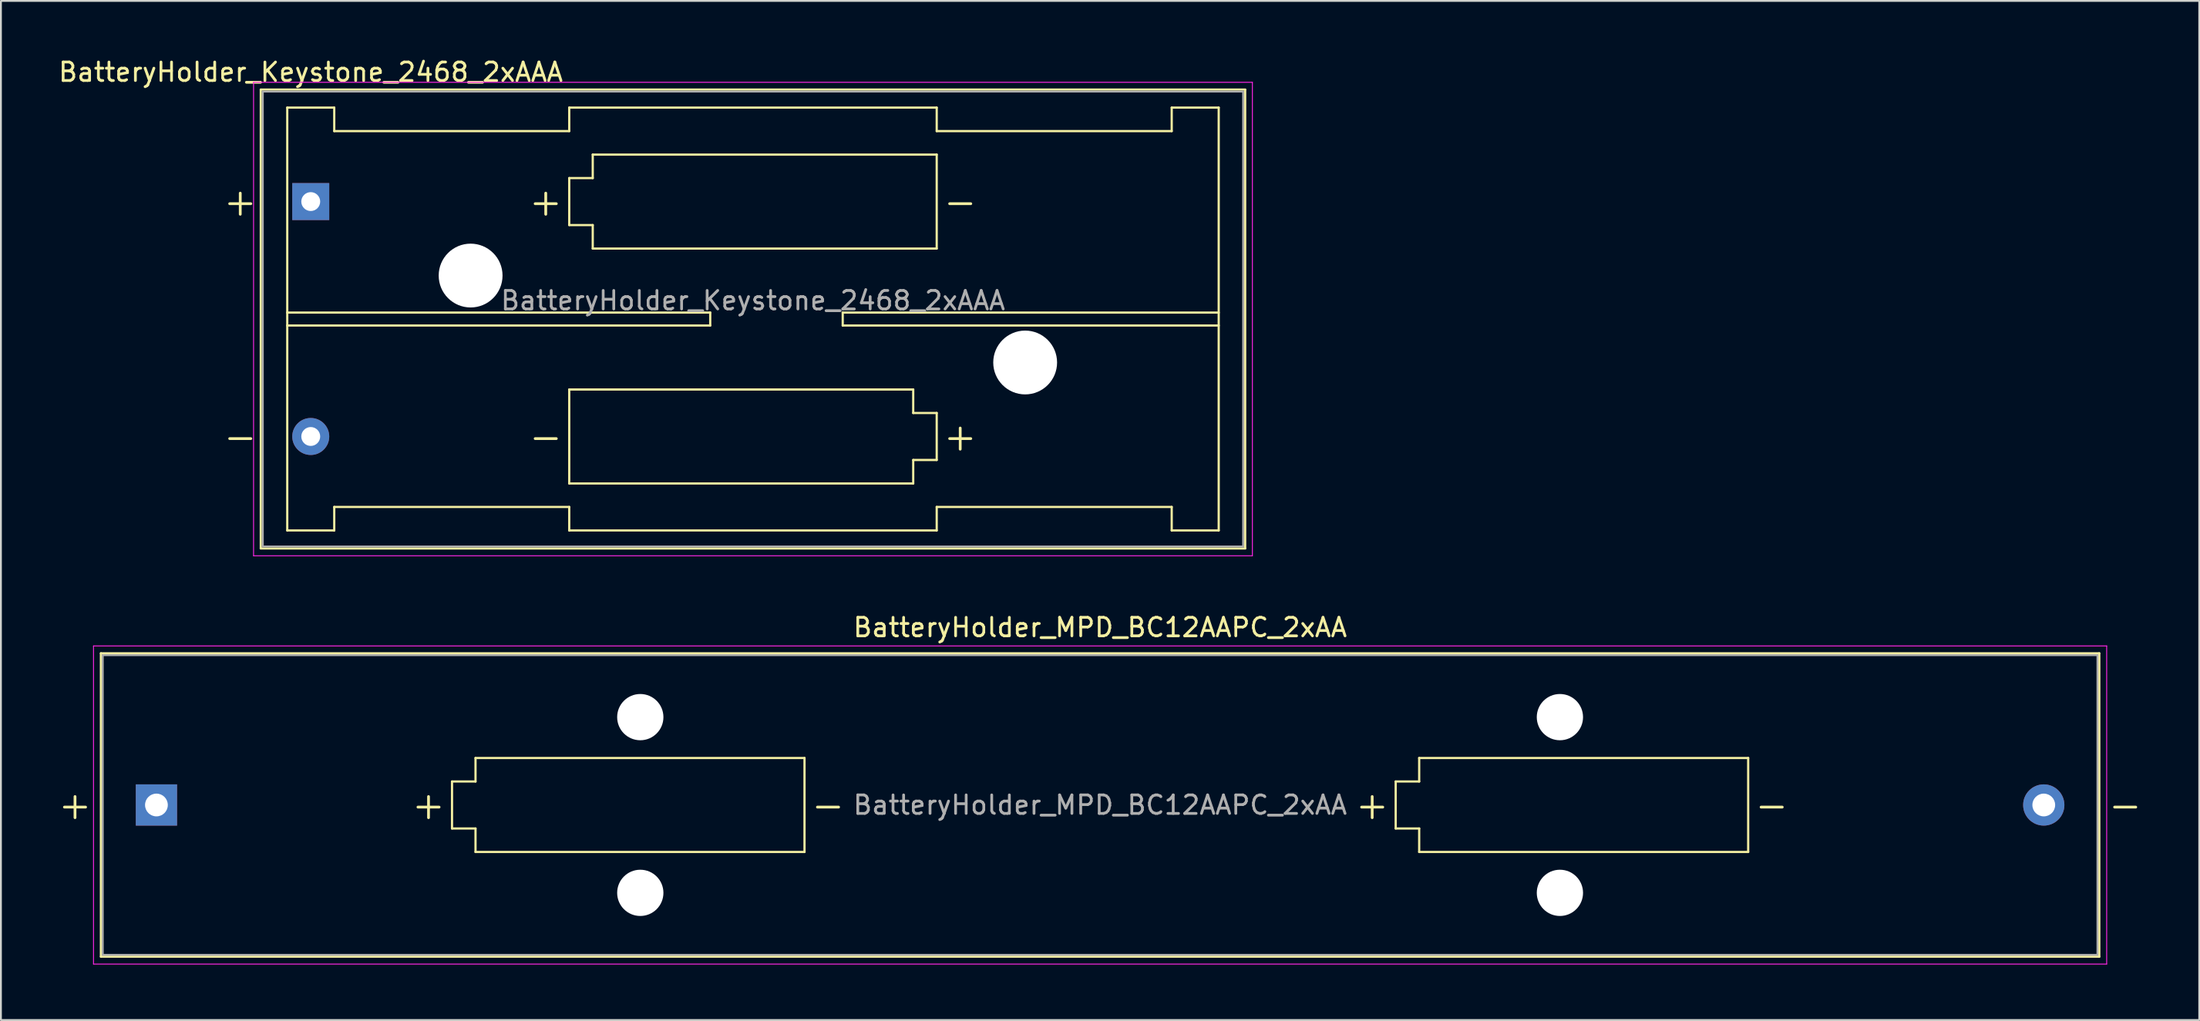
<source format=kicad_pcb>
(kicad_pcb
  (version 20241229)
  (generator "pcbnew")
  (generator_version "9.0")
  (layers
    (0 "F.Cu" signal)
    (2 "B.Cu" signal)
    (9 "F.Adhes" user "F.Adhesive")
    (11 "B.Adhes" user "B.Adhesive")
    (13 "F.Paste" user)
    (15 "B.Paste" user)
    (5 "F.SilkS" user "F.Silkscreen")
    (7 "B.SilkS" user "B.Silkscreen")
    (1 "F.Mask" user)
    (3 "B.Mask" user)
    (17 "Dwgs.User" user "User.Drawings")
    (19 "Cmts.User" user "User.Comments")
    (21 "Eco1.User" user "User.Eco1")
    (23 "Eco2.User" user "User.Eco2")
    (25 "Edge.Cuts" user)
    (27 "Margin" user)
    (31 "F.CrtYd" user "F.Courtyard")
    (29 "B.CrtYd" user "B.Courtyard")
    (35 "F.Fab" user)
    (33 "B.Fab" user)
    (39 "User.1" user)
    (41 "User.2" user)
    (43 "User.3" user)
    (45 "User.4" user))
  (footprint "BatteryHolder_MPD_BC12AAPC_2xAA"
    (layer "F.Cu")
    (at 5.404 40.471)
    (property "Reference" "BatteryHolder_MPD_BC12AAPC_2xAA" (at 51 -9.6 0) (layer "F.SilkS") (effects (font (size 1 1) (thickness 0.15))))
    (attr through_hole)
    (fp_line (start -3 -8.2) (end -3 8.2) (stroke (width 0.12) (type solid)) (layer "F.SilkS"))
    (fp_line (start -3 8.2) (end 105 8.2) (stroke (width 0.12) (type solid)) (layer "F.SilkS"))
    (fp_line (start 15.975 -1.27) (end 17.245 -1.27) (stroke (width 0.12) (type solid)) (layer "F.SilkS"))
    (fp_line (start 15.975 1.27) (end 15.975 -1.27) (stroke (width 0.12) (type solid)) (layer "F.SilkS"))
    (fp_line (start 17.245 -2.54) (end 35.025 -2.54) (stroke (width 0.12) (type solid)) (layer "F.SilkS"))
    (fp_line (start 17.245 -1.27) (end 17.245 -2.54) (stroke (width 0.12) (type solid)) (layer "F.SilkS"))
    (fp_line (start 17.245 1.27) (end 15.975 1.27) (stroke (width 0.12) (type solid)) (layer "F.SilkS"))
    (fp_line (start 17.245 2.54) (end 17.245 1.27) (stroke (width 0.12) (type solid)) (layer "F.SilkS"))
    (fp_line (start 35.025 -2.54) (end 35.025 2.54) (stroke (width 0.12) (type solid)) (layer "F.SilkS"))
    (fp_line (start 35.025 2.54) (end 17.245 2.54) (stroke (width 0.12) (type solid)) (layer "F.SilkS"))
    (fp_line (start 66.975 -1.27) (end 68.245 -1.27) (stroke (width 0.12) (type solid)) (layer "F.SilkS"))
    (fp_line (start 66.975 1.27) (end 66.975 -1.27) (stroke (width 0.12) (type solid)) (layer "F.SilkS"))
    (fp_line (start 68.245 -2.54) (end 86.025 -2.54) (stroke (width 0.12) (type solid)) (layer "F.SilkS"))
    (fp_line (start 68.245 -1.27) (end 68.245 -2.54) (stroke (width 0.12) (type solid)) (layer "F.SilkS"))
    (fp_line (start 68.245 1.27) (end 66.975 1.27) (stroke (width 0.12) (type solid)) (layer "F.SilkS"))
    (fp_line (start 68.245 2.54) (end 68.245 1.27) (stroke (width 0.12) (type solid)) (layer "F.SilkS"))
    (fp_line (start 86.025 -2.54) (end 86.025 2.54) (stroke (width 0.12) (type solid)) (layer "F.SilkS"))
    (fp_line (start 86.025 2.54) (end 68.245 2.54) (stroke (width 0.12) (type solid)) (layer "F.SilkS"))
    (fp_line (start 105 -8.2) (end -3 -8.2) (stroke (width 0.12) (type solid)) (layer "F.SilkS"))
    (fp_line (start 105 8.2) (end 105 -8.2) (stroke (width 0.12) (type solid)) (layer "F.SilkS"))
    (fp_line (start -3.4 -8.6) (end -3.4 8.6) (stroke (width 0.05) (type solid)) (layer "F.CrtYd"))
    (fp_line (start -3.4 8.6) (end 105.4 8.6) (stroke (width 0.05) (type solid)) (layer "F.CrtYd"))
    (fp_line (start 105.4 -8.6) (end -3.4 -8.6) (stroke (width 0.05) (type solid)) (layer "F.CrtYd"))
    (fp_line (start 105.4 8.6) (end 105.4 -8.6) (stroke (width 0.05) (type solid)) (layer "F.CrtYd"))
    (fp_line (start -2.9 -8.1) (end -2.9 8.1) (stroke (width 0.1) (type solid)) (layer "F.Fab"))
    (fp_line (start -2.9 8.1) (end 104.9 8.1) (stroke (width 0.1) (type solid)) (layer "F.Fab"))
    (fp_line (start 104.9 -8.1) (end -2.9 -8.1) (stroke (width 0.1) (type solid)) (layer "F.Fab"))
    (fp_line (start 104.9 8.1) (end 104.9 -8.1) (stroke (width 0.1) (type solid)) (layer "F.Fab"))
    (fp_text user "+" (at 65.705 0 0) (layer "F.SilkS") (effects (font (size 1.5 1.5) (thickness 0.15))))
    (fp_text user "-" (at 106.4 0 0) (layer "F.SilkS") (effects (font (size 1.5 1.5) (thickness 0.15))))
    (fp_text user "-" (at 36.295 0 0) (layer "F.SilkS") (effects (font (size 1.5 1.5) (thickness 0.15))))
    (fp_text user "+" (at 14.705 0 0) (layer "F.SilkS") (effects (font (size 1.5 1.5) (thickness 0.15))))
    (fp_text user "-" (at 87.295 0 0) (layer "F.SilkS") (effects (font (size 1.5 1.5) (thickness 0.15))))
    (fp_text user "+" (at -4.4 0 0) (layer "F.SilkS") (effects (font (size 1.5 1.5) (thickness 0.15))))
    (fp_text user "${REFERENCE}" (at 51 0 0) (layer "F.Fab") (effects (font (size 1 1) (thickness 0.15))))
    (pad "" np_thru_hole circle (at 26.15 -4.75) (size 2.5 2.5) (drill 2.5) (layers "*.Cu" "*.Mask"))
    (pad "" np_thru_hole circle (at 26.15 4.75) (size 2.5 2.5) (drill 2.5) (layers "*.Cu" "*.Mask"))
    (pad "" np_thru_hole circle (at 75.85 -4.75) (size 2.5 2.5) (drill 2.5) (layers "*.Cu" "*.Mask"))
    (pad "" np_thru_hole circle (at 75.85 4.75) (size 2.5 2.5) (drill 2.5) (layers "*.Cu" "*.Mask"))
    (pad "1" thru_hole rect (at 0 0) (size 2.23 2.23) (drill 1.23) (layers "*.Cu" "*.Mask"))
    (pad "2" thru_hole circle (at 102 0) (size 2.23 2.23) (drill 1.23) (layers "*.Cu" "*.Mask")))
  (footprint "BatteryHolder_Keystone_2468_2xAAA"
    (layer "F.Cu")
    (at 13.744 7.848)
    (property "Reference" "BatteryHolder_Keystone_2468_2xAAA" (at 0 -7 0) (layer "F.SilkS") (effects (font (size 1 1) (thickness 0.15))))
    (attr through_hole)
    (fp_line (start -2.7 -6.05) (end -2.7 18.75) (stroke (width 0.12) (type solid)) (layer "F.SilkS"))
    (fp_line (start -2.7 18.755) (end 50.5 18.755) (stroke (width 0.12) (type solid)) (layer "F.SilkS"))
    (fp_line (start -1.27 -5.08) (end -1.27 17.78) (stroke (width 0.12) (type solid)) (layer "F.SilkS"))
    (fp_line (start -1.27 6) (end 21.59 6) (stroke (width 0.12) (type solid)) (layer "F.SilkS"))
    (fp_line (start -1.27 17.78) (end 1.27 17.78) (stroke (width 0.12) (type solid)) (layer "F.SilkS"))
    (fp_line (start 1.27 -5.08) (end -1.27 -5.08) (stroke (width 0.12) (type solid)) (layer "F.SilkS"))
    (fp_line (start 1.27 -3.81) (end 1.27 -5.08) (stroke (width 0.12) (type solid)) (layer "F.SilkS"))
    (fp_line (start 1.27 -3.81) (end 13.97 -3.81) (stroke (width 0.12) (type solid)) (layer "F.SilkS"))
    (fp_line (start 1.27 16.51) (end 13.97 16.51) (stroke (width 0.12) (type solid)) (layer "F.SilkS"))
    (fp_line (start 1.27 17.78) (end 1.27 16.51) (stroke (width 0.12) (type solid)) (layer "F.SilkS"))
    (fp_line (start 13.97 -5.08) (end 13.97 -3.81) (stroke (width 0.12) (type solid)) (layer "F.SilkS"))
    (fp_line (start 13.97 -1.27) (end 15.24 -1.27) (stroke (width 0.12) (type solid)) (layer "F.SilkS"))
    (fp_line (start 13.97 1.27) (end 13.97 -1.27) (stroke (width 0.12) (type solid)) (layer "F.SilkS"))
    (fp_line (start 13.97 10.16) (end 32.56 10.16) (stroke (width 0.12) (type solid)) (layer "F.SilkS"))
    (fp_line (start 13.97 15.24) (end 13.97 10.16) (stroke (width 0.12) (type solid)) (layer "F.SilkS"))
    (fp_line (start 13.97 16.51) (end 13.97 17.78) (stroke (width 0.12) (type solid)) (layer "F.SilkS"))
    (fp_line (start 13.97 17.78) (end 33.83 17.78) (stroke (width 0.12) (type solid)) (layer "F.SilkS"))
    (fp_line (start 15.24 -2.54) (end 33.83 -2.54) (stroke (width 0.12) (type solid)) (layer "F.SilkS"))
    (fp_line (start 15.24 -1.27) (end 15.24 -2.54) (stroke (width 0.12) (type solid)) (layer "F.SilkS"))
    (fp_line (start 15.24 1.27) (end 13.97 1.27) (stroke (width 0.12) (type solid)) (layer "F.SilkS"))
    (fp_line (start 15.24 2.54) (end 15.24 1.27) (stroke (width 0.12) (type solid)) (layer "F.SilkS"))
    (fp_line (start 21.59 6) (end 21.59 6.7) (stroke (width 0.12) (type solid)) (layer "F.SilkS"))
    (fp_line (start 21.59 6.7) (end -1.27 6.7) (stroke (width 0.12) (type solid)) (layer "F.SilkS"))
    (fp_line (start 28.75 6) (end 28.75 6.7) (stroke (width 0.12) (type solid)) (layer "F.SilkS"))
    (fp_line (start 28.75 6.7) (end 49.07 6.7) (stroke (width 0.12) (type solid)) (layer "F.SilkS"))
    (fp_line (start 32.56 10.16) (end 32.56 11.43) (stroke (width 0.12) (type solid)) (layer "F.SilkS"))
    (fp_line (start 32.56 11.43) (end 33.83 11.43) (stroke (width 0.12) (type solid)) (layer "F.SilkS"))
    (fp_line (start 32.56 13.97) (end 32.56 15.24) (stroke (width 0.12) (type solid)) (layer "F.SilkS"))
    (fp_line (start 32.56 15.24) (end 13.97 15.24) (stroke (width 0.12) (type solid)) (layer "F.SilkS"))
    (fp_line (start 33.83 -5.08) (end 13.97 -5.08) (stroke (width 0.12) (type solid)) (layer "F.SilkS"))
    (fp_line (start 33.83 -3.81) (end 33.83 -5.08) (stroke (width 0.12) (type solid)) (layer "F.SilkS"))
    (fp_line (start 33.83 -2.54) (end 33.83 2.54) (stroke (width 0.12) (type solid)) (layer "F.SilkS"))
    (fp_line (start 33.83 2.54) (end 15.24 2.54) (stroke (width 0.12) (type solid)) (layer "F.SilkS"))
    (fp_line (start 33.83 11.43) (end 33.83 13.97) (stroke (width 0.12) (type solid)) (layer "F.SilkS"))
    (fp_line (start 33.83 13.97) (end 32.56 13.97) (stroke (width 0.12) (type solid)) (layer "F.SilkS"))
    (fp_line (start 33.83 17.78) (end 33.83 16.51) (stroke (width 0.12) (type solid)) (layer "F.SilkS"))
    (fp_line (start 46.53 -5.08) (end 46.53 -3.81) (stroke (width 0.12) (type solid)) (layer "F.SilkS"))
    (fp_line (start 46.53 -3.81) (end 33.83 -3.81) (stroke (width 0.12) (type solid)) (layer "F.SilkS"))
    (fp_line (start 46.53 16.51) (end 33.83 16.51) (stroke (width 0.12) (type solid)) (layer "F.SilkS"))
    (fp_line (start 46.53 17.78) (end 46.53 16.51) (stroke (width 0.12) (type solid)) (layer "F.SilkS"))
    (fp_line (start 49.07 -5.08) (end 46.53 -5.08) (stroke (width 0.12) (type solid)) (layer "F.SilkS"))
    (fp_line (start 49.07 -5.08) (end 49.07 17.78) (stroke (width 0.12) (type solid)) (layer "F.SilkS"))
    (fp_line (start 49.07 6) (end 28.75 6) (stroke (width 0.12) (type solid)) (layer "F.SilkS"))
    (fp_line (start 49.07 17.78) (end 46.53 17.78) (stroke (width 0.12) (type solid)) (layer "F.SilkS"))
    (fp_line (start 50.5 -6.055) (end -2.7 -6.055) (stroke (width 0.12) (type solid)) (layer "F.SilkS"))
    (fp_line (start 50.5 18.75) (end 50.5 -6.05) (stroke (width 0.12) (type solid)) (layer "F.SilkS"))
    (fp_line (start -3.09 -6.45) (end -3.09 19.15) (stroke (width 0.05) (type solid)) (layer "F.CrtYd"))
    (fp_line (start -3.09 19.15) (end 50.89 19.15) (stroke (width 0.05) (type solid)) (layer "F.CrtYd"))
    (fp_line (start 50.89 -6.45) (end -3.09 -6.45) (stroke (width 0.05) (type solid)) (layer "F.CrtYd"))
    (fp_line (start 50.89 19.15) (end 50.89 -6.45) (stroke (width 0.05) (type solid)) (layer "F.CrtYd"))
    (fp_line (start -2.59 -5.945) (end 50.39 -5.945) (stroke (width 0.1) (type solid)) (layer "F.Fab"))
    (fp_line (start -2.59 18.645) (end -2.59 -5.945) (stroke (width 0.1) (type solid)) (layer "F.Fab"))
    (fp_line (start -2.59 18.645) (end 50.39 18.645) (stroke (width 0.1) (type solid)) (layer "F.Fab"))
    (fp_line (start 50.39 18.645) (end 50.39 -5.945) (stroke (width 0.1) (type solid)) (layer "F.Fab"))
    (fp_text user "+" (at 12.7 0 0) (layer "F.SilkS") (effects (font (size 1.5 1.5) (thickness 0.15))))
    (fp_text user "-" (at 35.1 0 0) (layer "F.SilkS") (effects (font (size 1.5 1.5) (thickness 0.15))))
    (fp_text user "+" (at -3.81 0 0) (layer "F.SilkS") (effects (font (size 1.5 1.5) (thickness 0.15))))
    (fp_text user "-" (at -3.81 12.7 0) (layer "F.SilkS") (effects (font (size 1.5 1.5) (thickness 0.15))))
    (fp_text user "-" (at 12.7 12.7 0) (layer "F.SilkS") (effects (font (size 1.5 1.5) (thickness 0.15))))
    (fp_text user "+" (at 35.1 12.7 0) (layer "F.SilkS") (effects (font (size 1.5 1.5) (thickness 0.15))))
    (fp_text user "${REFERENCE}" (at 23.9 5.35 0) (layer "F.Fab") (effects (font (size 1 1) (thickness 0.15))))
    (pad "" np_thru_hole circle (at 8.64 4) (size 3.45 3.45) (drill 3.45) (layers "*.Cu"))
    (pad "" np_thru_hole circle (at 38.61 8.7) (size 3.45 3.45) (drill 3.45) (layers "*.Cu" "*.Mask"))
    (pad "1" thru_hole rect (at 0 0) (size 2 2) (drill 1.02) (layers "*.Cu" "*.Mask"))
    (pad "2" thru_hole circle (at 0 12.7) (size 2 2) (drill 1.02) (layers "*.Cu" "*.Mask")))
  (gr_rect
    (start -3 -3)
    (end 115.807 52.096)
    (stroke (width 0.1) (type default))
    (fill no)
    (layer "Edge.Cuts")))
</source>
